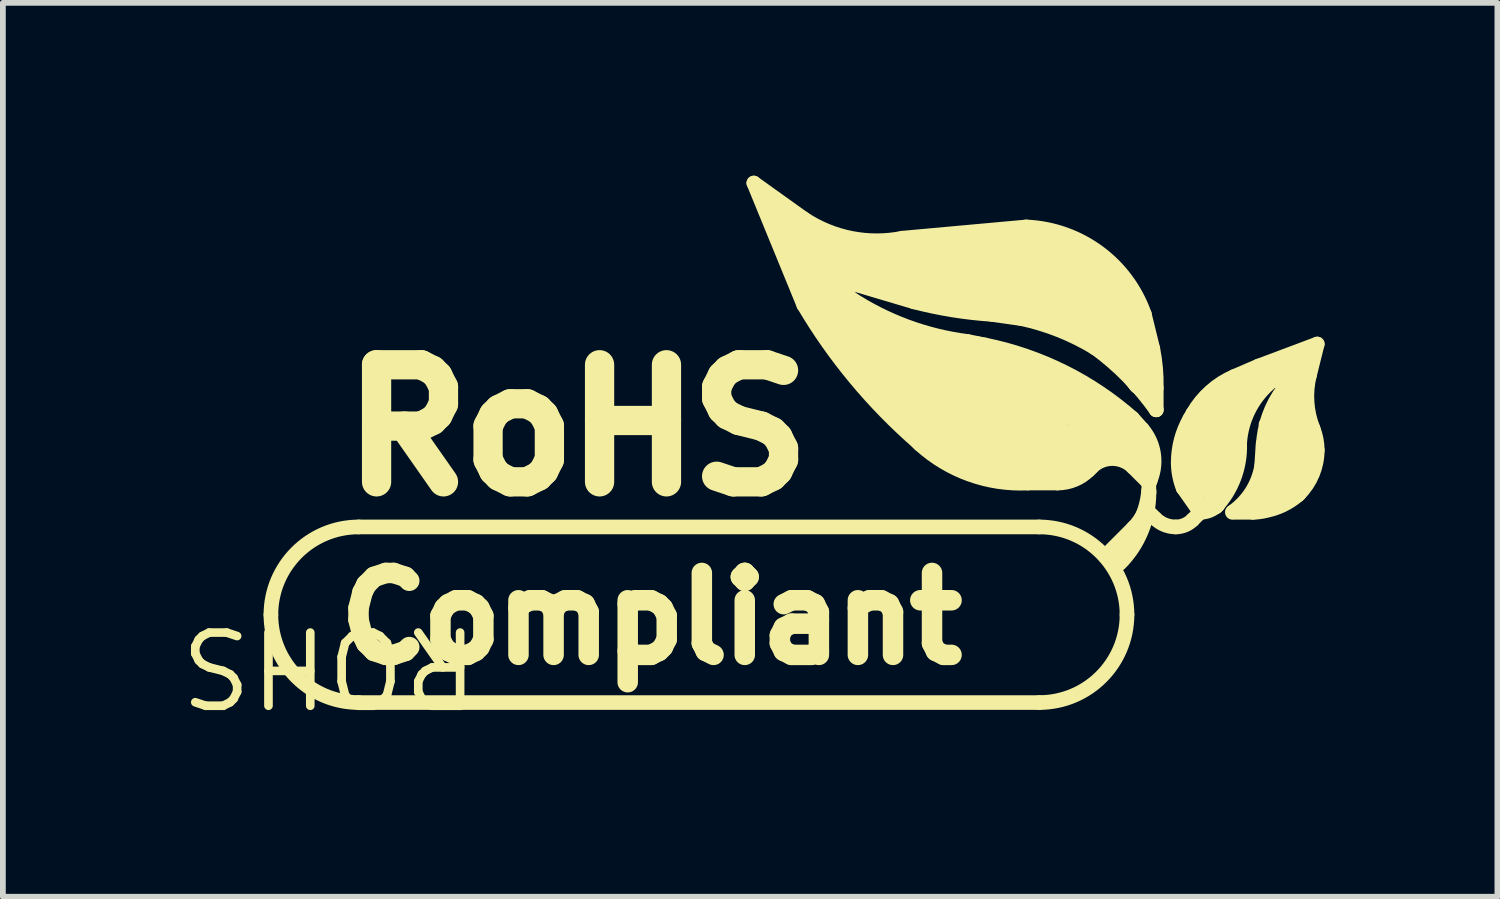
<source format=kicad_pcb>
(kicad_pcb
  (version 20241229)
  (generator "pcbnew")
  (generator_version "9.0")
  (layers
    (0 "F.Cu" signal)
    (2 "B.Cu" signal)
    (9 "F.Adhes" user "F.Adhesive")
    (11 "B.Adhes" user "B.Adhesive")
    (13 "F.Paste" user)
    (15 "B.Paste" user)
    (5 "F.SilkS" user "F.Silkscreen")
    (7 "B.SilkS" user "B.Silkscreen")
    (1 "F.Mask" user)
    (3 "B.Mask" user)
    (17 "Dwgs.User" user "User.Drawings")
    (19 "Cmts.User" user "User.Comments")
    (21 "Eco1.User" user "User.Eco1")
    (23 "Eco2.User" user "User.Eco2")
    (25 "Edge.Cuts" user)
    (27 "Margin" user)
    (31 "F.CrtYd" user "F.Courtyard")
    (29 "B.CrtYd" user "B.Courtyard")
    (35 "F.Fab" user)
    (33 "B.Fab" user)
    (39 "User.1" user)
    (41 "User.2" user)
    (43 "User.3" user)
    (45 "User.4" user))
  (footprint "ROHS"
    (layer "F.Cu")
    (at 2.668 8.509)
    (property "Reference" "ROHS" (at 0 0 180) (unlocked yes) (layer "F.SilkS") (effects (font (size 1.27 1.27) (thickness 0.15))))
    (fp_line (start 0.508 0.635) (end 12.319 0.635) (stroke (width 0.254) (type solid)) (layer "F.SilkS"))
    (fp_line (start 7.366 -8.382) (end 8.229 -7.764) (stroke (width 0.254) (type solid)) (layer "F.SilkS"))
    (fp_line (start 7.366 -8.382) (end 8.232 -6.268) (stroke (width 0.254) (type solid)) (layer "F.SilkS"))
    (fp_line (start 7.747 -7.874) (end 8.255 -6.985) (stroke (width 0.508) (type solid)) (layer "F.SilkS"))
    (fp_line (start 7.747 -7.874) (end 8.763 -7.239) (stroke (width 0.254) (type solid)) (layer "F.SilkS"))
    (fp_line (start 8.255 -6.985) (end 8.382 -6.477) (stroke (width 0.508) (type solid)) (layer "F.SilkS"))
    (fp_line (start 8.382 -6.477) (end 8.763 -5.969) (stroke (width 0.508) (type solid)) (layer "F.SilkS"))
    (fp_line (start 8.636 -6.985) (end 13.208 -6.985) (stroke (width 0.508) (type solid)) (layer "F.SilkS"))
    (fp_line (start 8.763 -7.239) (end 9.906 -7.239) (stroke (width 0.508) (type solid)) (layer "F.SilkS"))
    (fp_line (start 8.763 -6.731) (end 9.044 -6.384) (stroke (width 0.254) (type solid)) (layer "F.SilkS"))
    (fp_line (start 8.763 -6.35) (end 8.382 -7.239) (stroke (width 0.508) (type solid)) (layer "F.SilkS"))
    (fp_line (start 8.763 -5.969) (end 8.763 -6.35) (stroke (width 0.508) (type solid)) (layer "F.SilkS"))
    (fp_line (start 8.89 -5.842) (end 9.271 -5.334) (stroke (width 0.508) (type solid)) (layer "F.SilkS"))
    (fp_line (start 9.144 -6.858) (end 8.636 -6.985) (stroke (width 0.508) (type solid)) (layer "F.SilkS"))
    (fp_line (start 9.271 -5.715) (end 10.033 -5.08) (stroke (width 0.508) (type solid)) (layer "F.SilkS"))
    (fp_line (start 9.271 -5.334) (end 9.525 -4.953) (stroke (width 0.508) (type solid)) (layer "F.SilkS"))
    (fp_line (start 9.525 -4.953) (end 10.414 -4.064) (stroke (width 0.508) (type solid)) (layer "F.SilkS"))
    (fp_line (start 9.906 -7.239) (end 10.922 -7.366) (stroke (width 0.508) (type solid)) (layer "F.SilkS"))
    (fp_line (start 9.906 -5.715) (end 9.144 -6.096) (stroke (width 0.508) (type solid)) (layer "F.SilkS"))
    (fp_line (start 9.945 -7.425) (end 12.094 -7.62) (stroke (width 0.254) (type solid)) (layer "F.SilkS"))
    (fp_line (start 10.033 -5.08) (end 10.16 -5.207) (stroke (width 0.508) (type solid)) (layer "F.SilkS"))
    (fp_line (start 10.15 -6.319) (end 8.763 -6.731) (stroke (width 0.254) (type solid)) (layer "F.SilkS"))
    (fp_line (start 10.16 -5.207) (end 10.287 -5.207) (stroke (width 0.508) (type solid)) (layer "F.SilkS"))
    (fp_line (start 10.16 -4.699) (end 10.287 -4.826) (stroke (width 0.508) (type solid)) (layer "F.SilkS"))
    (fp_line (start 10.216 -3.881) (end 10.252 -3.845) (stroke (width 0.254) (type solid)) (layer "F.SilkS"))
    (fp_line (start 10.287 -5.207) (end 11.43 -5.08) (stroke (width 0.508) (type solid)) (layer "F.SilkS"))
    (fp_line (start 10.287 -4.826) (end 10.795 -4.826) (stroke (width 0.508) (type solid)) (layer "F.SilkS"))
    (fp_line (start 10.287 -4.572) (end 10.16 -4.699) (stroke (width 0.508) (type solid)) (layer "F.SilkS"))
    (fp_line (start 10.414 -6.477) (end 9.144 -6.858) (stroke (width 0.508) (type solid)) (layer "F.SilkS"))
    (fp_line (start 10.414 -4.064) (end 10.922 -3.683) (stroke (width 0.508) (type solid)) (layer "F.SilkS"))
    (fp_line (start 10.643 -5.461) (end 9.906 -5.715) (stroke (width 0.508) (type solid)) (layer "F.SilkS"))
    (fp_line (start 10.795 -4.826) (end 11.811 -4.572) (stroke (width 0.508) (type solid)) (layer "F.SilkS"))
    (fp_line (start 10.922 -7.366) (end 12.573 -7.366) (stroke (width 0.508) (type solid)) (layer "F.SilkS"))
    (fp_line (start 10.922 -4.064) (end 10.287 -4.572) (stroke (width 0.508) (type solid)) (layer "F.SilkS"))
    (fp_line (start 10.922 -3.683) (end 11.811 -3.429) (stroke (width 0.508) (type solid)) (layer "F.SilkS"))
    (fp_line (start 11.071 -5.633) (end 11.38 -5.571) (stroke (width 0.254) (type solid)) (layer "F.SilkS"))
    (fp_line (start 11.252 -5.461) (end 10.643 -5.461) (stroke (width 0.508) (type solid)) (layer "F.SilkS"))
    (fp_line (start 11.43 -5.08) (end 12.446 -4.826) (stroke (width 0.508) (type solid)) (layer "F.SilkS"))
    (fp_line (start 11.43 -3.937) (end 10.922 -4.064) (stroke (width 0.508) (type solid)) (layer "F.SilkS"))
    (fp_line (start 11.557 -6.35) (end 10.414 -6.477) (stroke (width 0.508) (type solid)) (layer "F.SilkS"))
    (fp_line (start 11.684 -6.35) (end 11.557 -6.35) (stroke (width 0.508) (type solid)) (layer "F.SilkS"))
    (fp_line (start 11.811 -4.572) (end 12.065 -4.572) (stroke (width 0.508) (type solid)) (layer "F.SilkS"))
    (fp_line (start 11.811 -3.81) (end 11.43 -3.937) (stroke (width 0.508) (type solid)) (layer "F.SilkS"))
    (fp_line (start 11.811 -3.429) (end 12.7 -3.429) (stroke (width 0.508) (type solid)) (layer "F.SilkS"))
    (fp_line (start 12.016 -6.028) (end 11.497 -6.102) (stroke (width 0.254) (type solid)) (layer "F.SilkS"))
    (fp_line (start 12.065 -4.572) (end 12.573 -4.318) (stroke (width 0.508) (type solid)) (layer "F.SilkS"))
    (fp_line (start 12.065 -4.191) (end 10.795 -4.445) (stroke (width 0.508) (type solid)) (layer "F.SilkS"))
    (fp_line (start 12.123 -3.175) (end 12.638 -3.175) (stroke (width 0.254) (type solid)) (layer "F.SilkS"))
    (fp_line (start 12.192 -6.35) (end 11.684 -6.35) (stroke (width 0.508) (type solid)) (layer "F.SilkS"))
    (fp_line (start 12.319 -2.413) (end 0.508 -2.413) (stroke (width 0.254) (type solid)) (layer "F.SilkS"))
    (fp_line (start 12.446 -4.826) (end 13.081 -4.318) (stroke (width 0.508) (type solid)) (layer "F.SilkS"))
    (fp_line (start 12.446 -4.064) (end 12.065 -4.191) (stroke (width 0.508) (type solid)) (layer "F.SilkS"))
    (fp_line (start 12.446 -3.81) (end 11.811 -3.81) (stroke (width 0.508) (type solid)) (layer "F.SilkS"))
    (fp_line (start 12.573 -7.366) (end 13.208 -6.985) (stroke (width 0.508) (type solid)) (layer "F.SilkS"))
    (fp_line (start 12.573 -4.318) (end 12.573 -4.191) (stroke (width 0.508) (type solid)) (layer "F.SilkS"))
    (fp_line (start 12.573 -4.191) (end 12.446 -4.064) (stroke (width 0.508) (type solid)) (layer "F.SilkS"))
    (fp_line (start 12.649 -4.978) (end 11.252 -5.461) (stroke (width 0.508) (type solid)) (layer "F.SilkS"))
    (fp_line (start 12.7 -3.429) (end 13.462 -3.937) (stroke (width 0.508) (type solid)) (layer "F.SilkS"))
    (fp_line (start 12.827 -5.969) (end 12.192 -6.35) (stroke (width 0.508) (type solid)) (layer "F.SilkS"))
    (fp_line (start 12.827 -3.937) (end 12.446 -3.81) (stroke (width 0.508) (type solid)) (layer "F.SilkS"))
    (fp_line (start 12.954 -5.969) (end 13.208 -6.477) (stroke (width 0.508) (type solid)) (layer "F.SilkS"))
    (fp_line (start 13.081 -4.318) (end 13.208 -4.191) (stroke (width 0.508) (type solid)) (layer "F.SilkS"))
    (fp_line (start 13.081 -3.937) (end 12.827 -3.937) (stroke (width 0.508) (type solid)) (layer "F.SilkS"))
    (fp_line (start 13.177 -3.398) (end 13.23 -3.451) (stroke (width 0.254) (type solid)) (layer "F.SilkS"))
    (fp_line (start 13.208 -6.985) (end 13.208 -6.731) (stroke (width 0.508) (type solid)) (layer "F.SilkS"))
    (fp_line (start 13.208 -6.985) (end 13.716 -6.477) (stroke (width 0.508) (type solid)) (layer "F.SilkS"))
    (fp_line (start 13.208 -6.731) (end 8.255 -6.807) (stroke (width 0.508) (type solid)) (layer "F.SilkS"))
    (fp_line (start 13.208 -6.477) (end 13.208 -6.731) (stroke (width 0.508) (type solid)) (layer "F.SilkS"))
    (fp_line (start 13.208 -6.477) (end 13.589 -5.969) (stroke (width 0.508) (type solid)) (layer "F.SilkS"))
    (fp_line (start 13.208 -4.191) (end 13.081 -3.937) (stroke (width 0.508) (type solid)) (layer "F.SilkS"))
    (fp_line (start 13.292 -5.521) (end 13.283 -5.525) (stroke (width 0.254) (type solid)) (layer "F.SilkS"))
    (fp_line (start 13.335 -6.35) (end 11.684 -6.35) (stroke (width 0.508) (type solid)) (layer "F.SilkS"))
    (fp_line (start 13.335 -4.572) (end 12.649 -4.978) (stroke (width 0.508) (type solid)) (layer "F.SilkS"))
    (fp_line (start 13.462 -3.937) (end 13.843 -3.81) (stroke (width 0.508) (type solid)) (layer "F.SilkS"))
    (fp_line (start 13.462 -1.905) (end 13.955 -2.398) (stroke (width 0.254) (type solid)) (layer "F.SilkS"))
    (fp_line (start 13.589 -5.588) (end 12.954 -5.969) (stroke (width 0.508) (type solid)) (layer "F.SilkS"))
    (fp_line (start 13.589 -1.905) (end 13.775 -2.091) (stroke (width 0.254) (type solid)) (layer "F.SilkS"))
    (fp_line (start 13.589 -1.778) (end 14.097 -2.54) (stroke (width 0.254) (type solid)) (layer "F.SilkS"))
    (fp_line (start 13.716 -6.477) (end 13.97 -5.969) (stroke (width 0.508) (type solid)) (layer "F.SilkS"))
    (fp_line (start 13.843 -4.064) (end 13.335 -4.572) (stroke (width 0.508) (type solid)) (layer "F.SilkS"))
    (fp_line (start 13.843 -3.81) (end 14.097 -3.556) (stroke (width 0.508) (type solid)) (layer "F.SilkS"))
    (fp_line (start 13.937 -4.301) (end 14.106 -4.112) (stroke (width 0.254) (type solid)) (layer "F.SilkS"))
    (fp_line (start 13.948 -3.451) (end 14.224 -3.175) (stroke (width 0.254) (type solid)) (layer "F.SilkS"))
    (fp_line (start 13.97 -5.969) (end 14.097 -4.953) (stroke (width 0.508) (type solid)) (layer "F.SilkS"))
    (fp_line (start 14.097 -4.953) (end 13.589 -5.588) (stroke (width 0.508) (type solid)) (layer "F.SilkS"))
    (fp_line (start 14.097 -3.556) (end 13.843 -4.064) (stroke (width 0.508) (type solid)) (layer "F.SilkS"))
    (fp_line (start 14.144 -6.105) (end 14.291 -5.506) (stroke (width 0.254) (type solid)) (layer "F.SilkS"))
    (fp_line (start 14.224 -3.004) (end 14.224 -3.048) (stroke (width 0.254) (type solid)) (layer "F.SilkS"))
    (fp_line (start 14.224 -2.667) (end 14.329 -2.562) (stroke (width 0.254) (type solid)) (layer "F.SilkS"))
    (fp_line (start 14.247 -3.221) (end 14.224 -3.175) (stroke (width 0.254) (type solid)) (layer "F.SilkS"))
    (fp_line (start 14.351 -4.827) (end 14.351 -4.446) (stroke (width 0.254) (type solid)) (layer "F.SilkS"))
    (fp_line (start 14.351 -4.445) (end 14.348 -4.448) (stroke (width 0.254) (type solid)) (layer "F.SilkS"))
    (fp_line (start 14.859 -3.683) (end 14.986 -3.683) (stroke (width 0.254) (type solid)) (layer "F.SilkS"))
    (fp_line (start 14.859 -3.429) (end 14.859 -3.683) (stroke (width 0.254) (type solid)) (layer "F.SilkS"))
    (fp_line (start 14.859 -3.429) (end 15.621 -3.429) (stroke (width 0.254) (type solid)) (layer "F.SilkS"))
    (fp_line (start 14.859 -3.407) (end 14.859 -3.429) (stroke (width 0.254) (type solid)) (layer "F.SilkS"))
    (fp_line (start 14.859 -3.302) (end 15.621 -3.302) (stroke (width 0.254) (type solid)) (layer "F.SilkS"))
    (fp_line (start 14.933 -4.288) (end 14.987 -4.383) (stroke (width 0.254) (type solid)) (layer "F.SilkS"))
    (fp_line (start 14.98 -2.534) (end 15.113 -2.667) (stroke (width 0.254) (type solid)) (layer "F.SilkS"))
    (fp_line (start 14.986 -3.683) (end 14.986 -3.556) (stroke (width 0.254) (type solid)) (layer "F.SilkS"))
    (fp_line (start 14.986 -3.683) (end 15.113 -3.683) (stroke (width 0.254) (type solid)) (layer "F.SilkS"))
    (fp_line (start 14.986 -3.556) (end 14.986 -3.175) (stroke (width 0.254) (type solid)) (layer "F.SilkS"))
    (fp_line (start 14.986 -3.556) (end 15.621 -3.556) (stroke (width 0.254) (type solid)) (layer "F.SilkS"))
    (fp_line (start 14.986 -3.175) (end 14.986 -3.048) (stroke (width 0.254) (type solid)) (layer "F.SilkS"))
    (fp_line (start 14.986 -3.175) (end 15.621 -3.175) (stroke (width 0.254) (type solid)) (layer "F.SilkS"))
    (fp_line (start 14.986 -3.048) (end 14.986 -2.921) (stroke (width 0.254) (type solid)) (layer "F.SilkS"))
    (fp_line (start 14.986 -3.048) (end 15.494 -3.048) (stroke (width 0.254) (type solid)) (layer "F.SilkS"))
    (fp_line (start 15.113 -3.683) (end 15.113 -3.048) (stroke (width 0.254) (type solid)) (layer "F.SilkS"))
    (fp_line (start 15.113 -3.683) (end 15.494 -3.683) (stroke (width 0.254) (type solid)) (layer "F.SilkS"))
    (fp_line (start 15.113 -2.667) (end 14.818 -3.088) (stroke (width 0.254) (type solid)) (layer "F.SilkS"))
    (fp_line (start 15.127 -2.667) (end 15.113 -2.667) (stroke (width 0.254) (type solid)) (layer "F.SilkS"))
    (fp_line (start 15.416 -2.793) (end 15.389 -2.765) (stroke (width 0.254) (type solid)) (layer "F.SilkS"))
    (fp_line (start 15.494 -3.683) (end 15.494 -3.175) (stroke (width 0.254) (type solid)) (layer "F.SilkS"))
    (fp_line (start 15.494 -3.683) (end 15.748 -3.683) (stroke (width 0.254) (type solid)) (layer "F.SilkS"))
    (fp_line (start 15.71 -5.027) (end 16.129 -5.207) (stroke (width 0.254) (type solid)) (layer "F.SilkS"))
    (fp_line (start 15.748 -4.191) (end 14.986 -4.191) (stroke (width 0.254) (type solid)) (layer "F.SilkS"))
    (fp_line (start 15.748 -4.064) (end 14.986 -4.064) (stroke (width 0.254) (type solid)) (layer "F.SilkS"))
    (fp_line (start 15.748 -3.937) (end 14.859 -3.937) (stroke (width 0.254) (type solid)) (layer "F.SilkS"))
    (fp_line (start 15.748 -3.81) (end 14.859 -3.81) (stroke (width 0.254) (type solid)) (layer "F.SilkS"))
    (fp_line (start 15.748 -3.683) (end 15.24 -2.794) (stroke (width 0.254) (type solid)) (layer "F.SilkS"))
    (fp_line (start 15.799 -3.861) (end 15.799 -3.87) (stroke (width 0.254) (type solid)) (layer "F.SilkS"))
    (fp_line (start 15.875 -4.445) (end 15.113 -4.445) (stroke (width 0.254) (type solid)) (layer "F.SilkS"))
    (fp_line (start 15.875 -4.318) (end 14.986 -4.318) (stroke (width 0.254) (type solid)) (layer "F.SilkS"))
    (fp_line (start 15.875 -2.794) (end 16.383 -2.794) (stroke (width 0.254) (type solid)) (layer "F.SilkS"))
    (fp_line (start 16.002 -4.699) (end 15.367 -4.699) (stroke (width 0.254) (type solid)) (layer "F.SilkS"))
    (fp_line (start 16.002 -4.572) (end 15.24 -4.572) (stroke (width 0.254) (type solid)) (layer "F.SilkS"))
    (fp_line (start 16.002 -2.921) (end 16.637 -2.921) (stroke (width 0.254) (type solid)) (layer "F.SilkS"))
    (fp_line (start 16.027 -2.667) (end 15.672 -2.667) (stroke (width 0.254) (type solid)) (layer "F.SilkS"))
    (fp_line (start 16.129 -5.207) (end 17.145 -5.588) (stroke (width 0.254) (type solid)) (layer "F.SilkS"))
    (fp_line (start 16.129 -5.08) (end 16.891 -5.08) (stroke (width 0.254) (type solid)) (layer "F.SilkS"))
    (fp_line (start 16.129 -4.826) (end 15.621 -4.826) (stroke (width 0.254) (type solid)) (layer "F.SilkS"))
    (fp_line (start 16.129 -3.175) (end 16.891 -3.175) (stroke (width 0.254) (type solid)) (layer "F.SilkS"))
    (fp_line (start 16.129 -3.048) (end 16.764 -3.048) (stroke (width 0.254) (type solid)) (layer "F.SilkS"))
    (fp_line (start 16.18 -3.302) (end 17.018 -3.302) (stroke (width 0.254) (type solid)) (layer "F.SilkS"))
    (fp_line (start 16.205 -3.859) (end 16.18 -3.469) (stroke (width 0.254) (type solid)) (layer "F.SilkS"))
    (fp_line (start 16.256 -4.191) (end 16.891 -4.191) (stroke (width 0.254) (type solid)) (layer "F.SilkS"))
    (fp_line (start 16.256 -4.064) (end 17.018 -4.064) (stroke (width 0.254) (type solid)) (layer "F.SilkS"))
    (fp_line (start 16.256 -3.937) (end 17.018 -3.937) (stroke (width 0.254) (type solid)) (layer "F.SilkS"))
    (fp_line (start 16.256 -3.81) (end 17.018 -3.81) (stroke (width 0.254) (type solid)) (layer "F.SilkS"))
    (fp_line (start 16.256 -3.683) (end 17.018 -3.683) (stroke (width 0.254) (type solid)) (layer "F.SilkS"))
    (fp_line (start 16.256 -3.556) (end 17.018 -3.556) (stroke (width 0.254) (type solid)) (layer "F.SilkS"))
    (fp_line (start 16.256 -3.429) (end 17.018 -3.429) (stroke (width 0.254) (type solid)) (layer "F.SilkS"))
    (fp_line (start 16.383 -5.207) (end 17.018 -5.207) (stroke (width 0.254) (type solid)) (layer "F.SilkS"))
    (fp_line (start 16.383 -4.445) (end 16.891 -4.445) (stroke (width 0.254) (type solid)) (layer "F.SilkS"))
    (fp_line (start 16.383 -4.318) (end 16.891 -4.318) (stroke (width 0.254) (type solid)) (layer "F.SilkS"))
    (fp_line (start 16.51 -5.334) (end 17.018 -5.334) (stroke (width 0.254) (type solid)) (layer "F.SilkS"))
    (fp_line (start 16.637 -4.953) (end 15.748 -4.953) (stroke (width 0.254) (type solid)) (layer "F.SilkS"))
    (fp_line (start 16.637 -4.953) (end 16.637 -4.445) (stroke (width 0.254) (type solid)) (layer "F.SilkS"))
    (fp_line (start 16.764 -4.953) (end 16.637 -4.953) (stroke (width 0.254) (type solid)) (layer "F.SilkS"))
    (fp_line (start 16.764 -4.953) (end 16.764 -4.445) (stroke (width 0.254) (type solid)) (layer "F.SilkS"))
    (fp_line (start 16.831 -2.988) (end 16.808 -2.966) (stroke (width 0.254) (type solid)) (layer "F.SilkS"))
    (fp_line (start 16.891 -4.953) (end 16.764 -4.953) (stroke (width 0.254) (type solid)) (layer "F.SilkS"))
    (fp_line (start 17.145 -5.588) (end 17.011 -5.05) (stroke (width 0.254) (type solid)) (layer "F.SilkS"))
    (fp_arc (start -1.016001 -0.888999) (mid -0.569631 -1.96663) (end 0.508 -2.413) (stroke (width 0.254) (type solid)) (layer "F.SilkS"))
    (fp_arc (start 0.508 0.635) (mid -0.569631 0.188631) (end -1.016 -0.889) (stroke (width 0.254) (type solid)) (layer "F.SilkS"))
    (fp_arc (start 9.9455 -7.4247) (mid 9.053522 -7.423781) (end 8.2291 -7.7643) (stroke (width 0.254) (type solid)) (layer "F.SilkS"))
    (fp_arc (start 10.2162 -3.8808) (mid 9.128125 -4.99444) (end 8.2325 -6.268) (stroke (width 0.254) (type solid)) (layer "F.SilkS"))
    (fp_arc (start 11.0713 -5.6328) (mid 10.014515 -5.892245) (end 9.0437 -6.3838) (stroke (width 0.254) (type solid)) (layer "F.SilkS"))
    (fp_arc (start 11.3799 -5.5712) (mid 12.741647 -5.103868) (end 13.9365 -4.3007) (stroke (width 0.254) (type solid)) (layer "F.SilkS"))
    (fp_arc (start 11.4971 -6.1023) (mid 10.818312 -6.179026) (end 10.1498 -6.3195) (stroke (width 0.254) (type solid)) (layer "F.SilkS"))
    (fp_arc (start 12.0158 -6.0281) (mid 12.670417 -5.829062) (end 13.2833 -5.5249) (stroke (width 0.254) (type solid)) (layer "F.SilkS"))
    (fp_arc (start 12.0937 -7.62) (mid 13.351353 -7.176783) (end 14.1443 -6.1047) (stroke (width 0.254) (type solid)) (layer "F.SilkS"))
    (fp_arc (start 12.122899 -3.175) (mid 11.121054 -3.323768) (end 10.2524 -3.8446) (stroke (width 0.254) (type solid)) (layer "F.SilkS"))
    (fp_arc (start 12.318999 -2.412999) (mid 13.39663 -1.96663) (end 13.843 -0.889) (stroke (width 0.254) (type solid)) (layer "F.SilkS"))
    (fp_arc (start 13.177199 -3.3982) (mid 12.930001 -3.233003) (end 12.6384 -3.175) (stroke (width 0.254) (type solid)) (layer "F.SilkS"))
    (fp_arc (start 13.2298 -3.4508) (mid 13.589 -3.599586) (end 13.9482 -3.4508) (stroke (width 0.254) (type solid)) (layer "F.SilkS"))
    (fp_arc (start 13.2916 -5.5208) (mid 13.863104 -5.026942) (end 14.3481 -4.4479) (stroke (width 0.254) (type solid)) (layer "F.SilkS"))
    (fp_arc (start 13.843 -0.889) (mid 13.396631 0.188631) (end 12.319 0.635) (stroke (width 0.254) (type solid)) (layer "F.SilkS"))
    (fp_arc (start 14.1062 -4.1123) (mid 14.307156 -3.661504) (end 14.224 -3.175) (stroke (width 0.254) (type solid)) (layer "F.SilkS"))
    (fp_arc (start 14.223999 -3.175001) (mid 14.107307 -2.588347) (end 13.775 -2.091) (stroke (width 0.254) (type solid)) (layer "F.SilkS"))
    (fp_arc (start 14.223999 -3.048001) (mid 14.153984 -2.696009) (end 13.9546 -2.3976) (stroke (width 0.254) (type solid)) (layer "F.SilkS"))
    (fp_arc (start 14.224 -3.0044) (mid 14.091977 -2.340674) (end 13.716 -1.778) (stroke (width 0.254) (type solid)) (layer "F.SilkS"))
    (fp_arc (start 14.2907 -5.5059) (mid 14.339809 -5.167886) (end 14.3508 -4.8265) (stroke (width 0.254) (type solid)) (layer "F.SilkS"))
    (fp_arc (start 14.688399 -2.413) (mid 14.494002 -2.451675) (end 14.3292 -2.5618) (stroke (width 0.254) (type solid)) (layer "F.SilkS"))
    (fp_arc (start 14.732 -3.5323) (mid 14.783062 -3.92345) (end 14.9328 -4.288399) (stroke (width 0.254) (type solid)) (layer "F.SilkS"))
    (fp_arc (start 14.8175 -3.0882) (mid 14.753571 -3.306172) (end 14.732 -3.5323) (stroke (width 0.254) (type solid)) (layer "F.SilkS"))
    (fp_arc (start 14.9796 -2.533601) (mid 14.845996 -2.44433) (end 14.6884 -2.413) (stroke (width 0.254) (type solid)) (layer "F.SilkS"))
    (fp_arc (start 14.9866 -4.3825) (mid 15.295452 -4.763831) (end 15.709501 -5.0272) (stroke (width 0.254) (type solid)) (layer "F.SilkS"))
    (fp_arc (start 15.113 -2.794) (mid 14.925016 -3.075338) (end 14.859 -3.407199) (stroke (width 0.254) (type solid)) (layer "F.SilkS"))
    (fp_arc (start 15.4165 -2.7927) (mid 15.277247 -2.699679) (end 15.113 -2.667) (stroke (width 0.254) (type solid)) (layer "F.SilkS"))
    (fp_arc (start 15.798799 -3.8608) (mid 15.702785 -3.272123) (end 15.3888 -2.765) (stroke (width 0.254) (type solid)) (layer "F.SilkS"))
    (fp_arc (start 15.7988 -3.8703) (mid 15.950153 -4.436779) (end 16.3068 -4.902199) (stroke (width 0.254) (type solid)) (layer "F.SilkS"))
    (fp_arc (start 16.1798 -3.4688) (mid 16.008444 -3.021681) (end 15.679 -2.674199) (stroke (width 0.254) (type solid)) (layer "F.SilkS"))
    (fp_arc (start 16.2071 -3.8157) (mid 16.308249 -4.338213) (end 16.5606 -4.8068) (stroke (width 0.254) (type solid)) (layer "F.SilkS"))
    (fp_arc (start 16.2275 -2.6916) (mid 16.128254 -2.673173) (end 16.0275 -2.667) (stroke (width 0.254) (type solid)) (layer "F.SilkS"))
    (fp_arc (start 16.8085 -2.9655) (mid 16.53661 -2.789074) (end 16.2275 -2.6916) (stroke (width 0.254) (type solid)) (layer "F.SilkS"))
    (fp_arc (start 17.073999 -4.1145) (mid 16.968515 -4.577245) (end 17.0105 -5.05) (stroke (width 0.254) (type solid)) (layer "F.SilkS"))
    (fp_arc (start 17.074 -4.1145) (mid 17.127095 -3.933538) (end 17.145 -3.7458) (stroke (width 0.254) (type solid)) (layer "F.SilkS"))
    (fp_arc (start 17.145 -3.7458) (mid 17.063445 -3.335793) (end 16.8312 -2.9882) (stroke (width 0.254) (type solid)) (layer "F.SilkS"))
    (fp_text user "RoHS" (at 0 -2.921 180) (layer "F.SilkS") (effects (font (size 2.032 2.032) (thickness 0.508)) (justify left bottom)))
    (fp_text user "Compliant" (at 0 0 180) (layer "F.SilkS") (effects (font (size 1.422 1.422) (thickness 0.356)) (justify left bottom))))
  (gr_rect
    (start -3 -3)
    (end 22.94 12.515)
    (stroke (width 0.1) (type default))
    (fill no)
    (layer "Edge.Cuts")))
</source>
